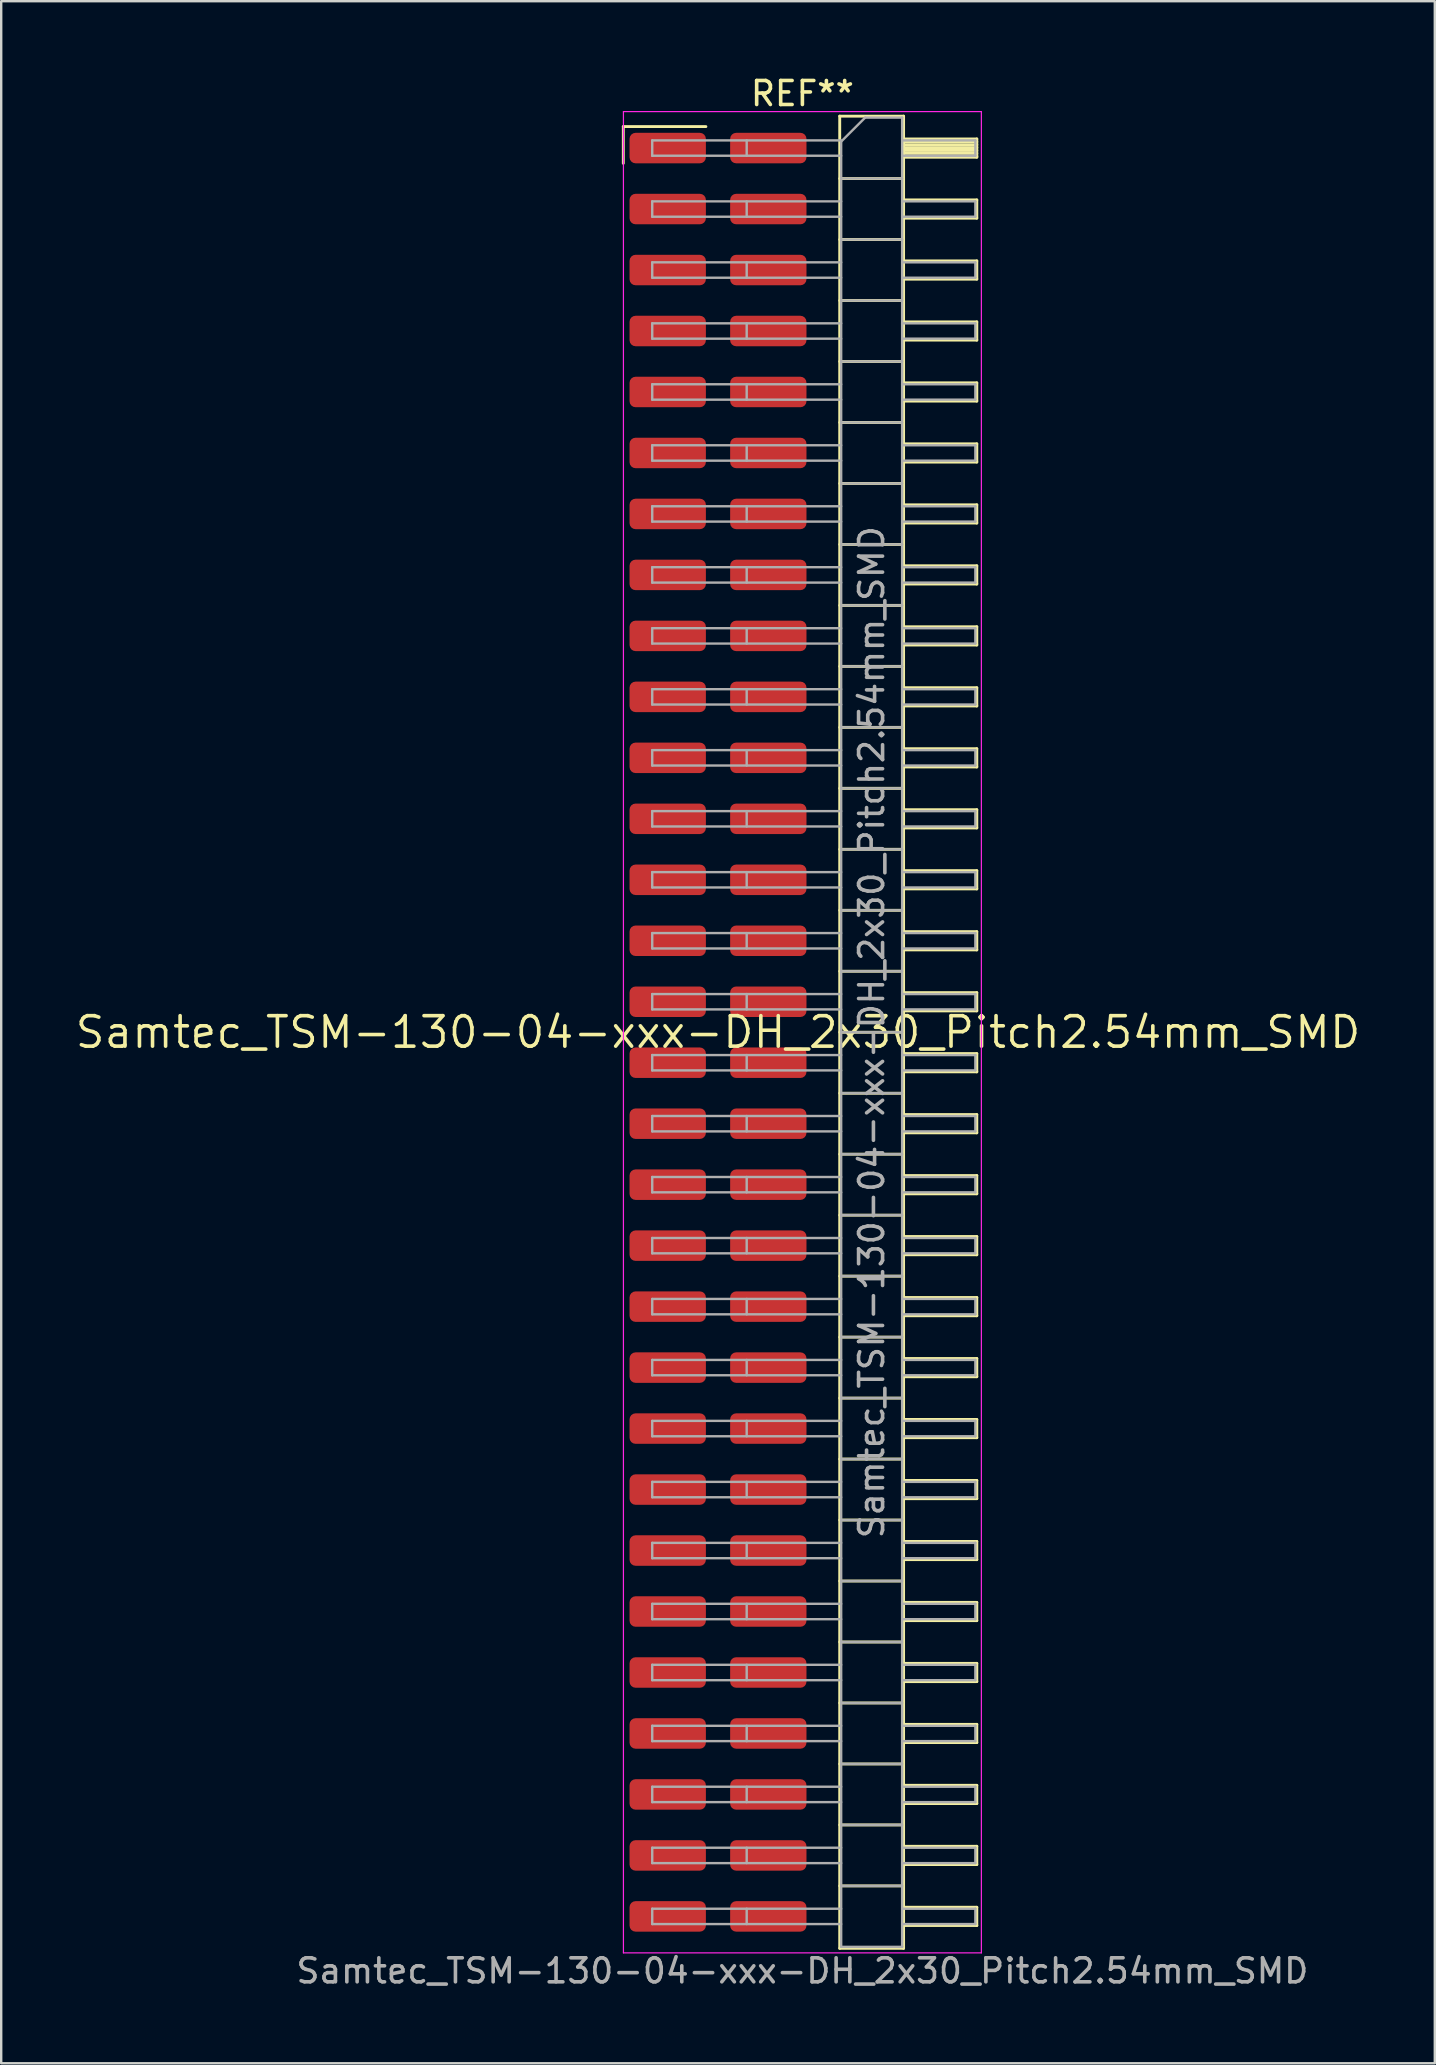
<source format=kicad_pcb>
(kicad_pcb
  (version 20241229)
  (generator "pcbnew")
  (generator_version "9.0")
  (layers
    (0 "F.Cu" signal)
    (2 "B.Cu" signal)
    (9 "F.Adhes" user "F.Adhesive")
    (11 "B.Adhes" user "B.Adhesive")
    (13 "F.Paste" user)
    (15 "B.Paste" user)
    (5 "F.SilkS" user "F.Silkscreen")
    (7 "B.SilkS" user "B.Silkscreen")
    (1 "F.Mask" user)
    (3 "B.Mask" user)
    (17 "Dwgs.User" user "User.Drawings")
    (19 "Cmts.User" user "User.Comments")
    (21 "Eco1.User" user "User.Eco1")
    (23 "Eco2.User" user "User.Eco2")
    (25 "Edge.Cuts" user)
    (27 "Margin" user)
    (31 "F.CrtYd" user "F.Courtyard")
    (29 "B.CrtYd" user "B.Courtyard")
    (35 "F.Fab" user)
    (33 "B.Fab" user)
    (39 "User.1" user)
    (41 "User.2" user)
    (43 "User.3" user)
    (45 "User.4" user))
  (footprint "Samtec_TSM-130-04-xxx-DH_2x30_Pitch2.54mm_SMD"
    (layer "F.Cu")
    (at 26.859 39.948)
    (property "Reference" "Samtec_TSM-130-04-xxx-DH_2x30_Pitch2.54mm_SMD" (at 0 0 0) (layer "F.SilkS") (effects (font (size 1.27 1.27) (thickness 0.15))))
    (attr smd)
    (fp_line (start -3.945 -37.725) (end -0.505 -37.725) (stroke (width 0.12) (type solid)) (layer "F.SilkS"))
    (fp_line (start -3.945 -36.195) (end -3.945 -37.725) (stroke (width 0.12) (type solid)) (layer "F.SilkS"))
    (fp_line (start 5.07 -38.16) (end 7.73 -38.16) (stroke (width 0.12) (type solid)) (layer "F.SilkS"))
    (fp_line (start 5.07 -35.56) (end 7.73 -35.56) (stroke (width 0.12) (type solid)) (layer "F.SilkS"))
    (fp_line (start 5.07 -33.02) (end 7.73 -33.02) (stroke (width 0.12) (type solid)) (layer "F.SilkS"))
    (fp_line (start 5.07 -30.48) (end 7.73 -30.48) (stroke (width 0.12) (type solid)) (layer "F.SilkS"))
    (fp_line (start 5.07 -27.94) (end 7.73 -27.94) (stroke (width 0.12) (type solid)) (layer "F.SilkS"))
    (fp_line (start 5.07 -25.4) (end 7.73 -25.4) (stroke (width 0.12) (type solid)) (layer "F.SilkS"))
    (fp_line (start 5.07 -22.86) (end 7.73 -22.86) (stroke (width 0.12) (type solid)) (layer "F.SilkS"))
    (fp_line (start 5.07 -20.32) (end 7.73 -20.32) (stroke (width 0.12) (type solid)) (layer "F.SilkS"))
    (fp_line (start 5.07 -17.78) (end 7.73 -17.78) (stroke (width 0.12) (type solid)) (layer "F.SilkS"))
    (fp_line (start 5.07 -15.24) (end 7.73 -15.24) (stroke (width 0.12) (type solid)) (layer "F.SilkS"))
    (fp_line (start 5.07 -12.7) (end 7.73 -12.7) (stroke (width 0.12) (type solid)) (layer "F.SilkS"))
    (fp_line (start 5.07 -10.16) (end 7.73 -10.16) (stroke (width 0.12) (type solid)) (layer "F.SilkS"))
    (fp_line (start 5.07 -7.62) (end 7.73 -7.62) (stroke (width 0.12) (type solid)) (layer "F.SilkS"))
    (fp_line (start 5.07 -5.08) (end 7.73 -5.08) (stroke (width 0.12) (type solid)) (layer "F.SilkS"))
    (fp_line (start 5.07 -2.54) (end 7.73 -2.54) (stroke (width 0.12) (type solid)) (layer "F.SilkS"))
    (fp_line (start 5.07 0) (end 7.73 0) (stroke (width 0.12) (type solid)) (layer "F.SilkS"))
    (fp_line (start 5.07 2.54) (end 7.73 2.54) (stroke (width 0.12) (type solid)) (layer "F.SilkS"))
    (fp_line (start 5.07 5.08) (end 7.73 5.08) (stroke (width 0.12) (type solid)) (layer "F.SilkS"))
    (fp_line (start 5.07 7.62) (end 7.73 7.62) (stroke (width 0.12) (type solid)) (layer "F.SilkS"))
    (fp_line (start 5.07 10.16) (end 7.73 10.16) (stroke (width 0.12) (type solid)) (layer "F.SilkS"))
    (fp_line (start 5.07 12.7) (end 7.73 12.7) (stroke (width 0.12) (type solid)) (layer "F.SilkS"))
    (fp_line (start 5.07 15.24) (end 7.73 15.24) (stroke (width 0.12) (type solid)) (layer "F.SilkS"))
    (fp_line (start 5.07 17.78) (end 7.73 17.78) (stroke (width 0.12) (type solid)) (layer "F.SilkS"))
    (fp_line (start 5.07 20.32) (end 7.73 20.32) (stroke (width 0.12) (type solid)) (layer "F.SilkS"))
    (fp_line (start 5.07 22.86) (end 7.73 22.86) (stroke (width 0.12) (type solid)) (layer "F.SilkS"))
    (fp_line (start 5.07 25.4) (end 7.73 25.4) (stroke (width 0.12) (type solid)) (layer "F.SilkS"))
    (fp_line (start 5.07 27.94) (end 7.73 27.94) (stroke (width 0.12) (type solid)) (layer "F.SilkS"))
    (fp_line (start 5.07 30.48) (end 7.73 30.48) (stroke (width 0.12) (type solid)) (layer "F.SilkS"))
    (fp_line (start 5.07 33.02) (end 7.73 33.02) (stroke (width 0.12) (type solid)) (layer "F.SilkS"))
    (fp_line (start 5.07 35.56) (end 7.73 35.56) (stroke (width 0.12) (type solid)) (layer "F.SilkS"))
    (fp_line (start 5.07 38.16) (end 5.07 -38.16) (stroke (width 0.12) (type solid)) (layer "F.SilkS"))
    (fp_line (start 7.73 -38.16) (end 7.73 38.16) (stroke (width 0.12) (type solid)) (layer "F.SilkS"))
    (fp_line (start 7.73 -37.21) (end 10.78 -37.21) (stroke (width 0.12) (type solid)) (layer "F.SilkS"))
    (fp_line (start 7.73 -37.09) (end 10.78 -37.09) (stroke (width 0.12) (type solid)) (layer "F.SilkS"))
    (fp_line (start 7.73 -36.97) (end 10.78 -36.97) (stroke (width 0.12) (type solid)) (layer "F.SilkS"))
    (fp_line (start 7.73 -36.85) (end 10.78 -36.85) (stroke (width 0.12) (type solid)) (layer "F.SilkS"))
    (fp_line (start 7.73 -36.73) (end 10.78 -36.73) (stroke (width 0.12) (type solid)) (layer "F.SilkS"))
    (fp_line (start 7.73 -36.61) (end 10.78 -36.61) (stroke (width 0.12) (type solid)) (layer "F.SilkS"))
    (fp_line (start 7.73 -36.49) (end 10.78 -36.49) (stroke (width 0.12) (type solid)) (layer "F.SilkS"))
    (fp_line (start 7.73 -36.45) (end 10.78 -36.45) (stroke (width 0.12) (type solid)) (layer "F.SilkS"))
    (fp_line (start 7.73 -34.67) (end 10.78 -34.67) (stroke (width 0.12) (type solid)) (layer "F.SilkS"))
    (fp_line (start 7.73 -33.91) (end 10.78 -33.91) (stroke (width 0.12) (type solid)) (layer "F.SilkS"))
    (fp_line (start 7.73 -32.13) (end 10.78 -32.13) (stroke (width 0.12) (type solid)) (layer "F.SilkS"))
    (fp_line (start 7.73 -31.37) (end 10.78 -31.37) (stroke (width 0.12) (type solid)) (layer "F.SilkS"))
    (fp_line (start 7.73 -29.59) (end 10.78 -29.59) (stroke (width 0.12) (type solid)) (layer "F.SilkS"))
    (fp_line (start 7.73 -28.83) (end 10.78 -28.83) (stroke (width 0.12) (type solid)) (layer "F.SilkS"))
    (fp_line (start 7.73 -27.05) (end 10.78 -27.05) (stroke (width 0.12) (type solid)) (layer "F.SilkS"))
    (fp_line (start 7.73 -26.29) (end 10.78 -26.29) (stroke (width 0.12) (type solid)) (layer "F.SilkS"))
    (fp_line (start 7.73 -24.51) (end 10.78 -24.51) (stroke (width 0.12) (type solid)) (layer "F.SilkS"))
    (fp_line (start 7.73 -23.75) (end 10.78 -23.75) (stroke (width 0.12) (type solid)) (layer "F.SilkS"))
    (fp_line (start 7.73 -21.97) (end 10.78 -21.97) (stroke (width 0.12) (type solid)) (layer "F.SilkS"))
    (fp_line (start 7.73 -21.21) (end 10.78 -21.21) (stroke (width 0.12) (type solid)) (layer "F.SilkS"))
    (fp_line (start 7.73 -19.43) (end 10.78 -19.43) (stroke (width 0.12) (type solid)) (layer "F.SilkS"))
    (fp_line (start 7.73 -18.67) (end 10.78 -18.67) (stroke (width 0.12) (type solid)) (layer "F.SilkS"))
    (fp_line (start 7.73 -16.89) (end 10.78 -16.89) (stroke (width 0.12) (type solid)) (layer "F.SilkS"))
    (fp_line (start 7.73 -16.13) (end 10.78 -16.13) (stroke (width 0.12) (type solid)) (layer "F.SilkS"))
    (fp_line (start 7.73 -14.35) (end 10.78 -14.35) (stroke (width 0.12) (type solid)) (layer "F.SilkS"))
    (fp_line (start 7.73 -13.59) (end 10.78 -13.59) (stroke (width 0.12) (type solid)) (layer "F.SilkS"))
    (fp_line (start 7.73 -11.81) (end 10.78 -11.81) (stroke (width 0.12) (type solid)) (layer "F.SilkS"))
    (fp_line (start 7.73 -11.05) (end 10.78 -11.05) (stroke (width 0.12) (type solid)) (layer "F.SilkS"))
    (fp_line (start 7.73 -9.27) (end 10.78 -9.27) (stroke (width 0.12) (type solid)) (layer "F.SilkS"))
    (fp_line (start 7.73 -8.51) (end 10.78 -8.51) (stroke (width 0.12) (type solid)) (layer "F.SilkS"))
    (fp_line (start 7.73 -6.73) (end 10.78 -6.73) (stroke (width 0.12) (type solid)) (layer "F.SilkS"))
    (fp_line (start 7.73 -5.97) (end 10.78 -5.97) (stroke (width 0.12) (type solid)) (layer "F.SilkS"))
    (fp_line (start 7.73 -4.19) (end 10.78 -4.19) (stroke (width 0.12) (type solid)) (layer "F.SilkS"))
    (fp_line (start 7.73 -3.43) (end 10.78 -3.43) (stroke (width 0.12) (type solid)) (layer "F.SilkS"))
    (fp_line (start 7.73 -1.65) (end 10.78 -1.65) (stroke (width 0.12) (type solid)) (layer "F.SilkS"))
    (fp_line (start 7.73 -0.89) (end 10.78 -0.89) (stroke (width 0.12) (type solid)) (layer "F.SilkS"))
    (fp_line (start 7.73 0.89) (end 10.78 0.89) (stroke (width 0.12) (type solid)) (layer "F.SilkS"))
    (fp_line (start 7.73 1.65) (end 10.78 1.65) (stroke (width 0.12) (type solid)) (layer "F.SilkS"))
    (fp_line (start 7.73 3.43) (end 10.78 3.43) (stroke (width 0.12) (type solid)) (layer "F.SilkS"))
    (fp_line (start 7.73 4.19) (end 10.78 4.19) (stroke (width 0.12) (type solid)) (layer "F.SilkS"))
    (fp_line (start 7.73 5.97) (end 10.78 5.97) (stroke (width 0.12) (type solid)) (layer "F.SilkS"))
    (fp_line (start 7.73 6.73) (end 10.78 6.73) (stroke (width 0.12) (type solid)) (layer "F.SilkS"))
    (fp_line (start 7.73 8.51) (end 10.78 8.51) (stroke (width 0.12) (type solid)) (layer "F.SilkS"))
    (fp_line (start 7.73 9.27) (end 10.78 9.27) (stroke (width 0.12) (type solid)) (layer "F.SilkS"))
    (fp_line (start 7.73 11.05) (end 10.78 11.05) (stroke (width 0.12) (type solid)) (layer "F.SilkS"))
    (fp_line (start 7.73 11.81) (end 10.78 11.81) (stroke (width 0.12) (type solid)) (layer "F.SilkS"))
    (fp_line (start 7.73 13.59) (end 10.78 13.59) (stroke (width 0.12) (type solid)) (layer "F.SilkS"))
    (fp_line (start 7.73 14.35) (end 10.78 14.35) (stroke (width 0.12) (type solid)) (layer "F.SilkS"))
    (fp_line (start 7.73 16.13) (end 10.78 16.13) (stroke (width 0.12) (type solid)) (layer "F.SilkS"))
    (fp_line (start 7.73 16.89) (end 10.78 16.89) (stroke (width 0.12) (type solid)) (layer "F.SilkS"))
    (fp_line (start 7.73 18.67) (end 10.78 18.67) (stroke (width 0.12) (type solid)) (layer "F.SilkS"))
    (fp_line (start 7.73 19.43) (end 10.78 19.43) (stroke (width 0.12) (type solid)) (layer "F.SilkS"))
    (fp_line (start 7.73 21.21) (end 10.78 21.21) (stroke (width 0.12) (type solid)) (layer "F.SilkS"))
    (fp_line (start 7.73 21.97) (end 10.78 21.97) (stroke (width 0.12) (type solid)) (layer "F.SilkS"))
    (fp_line (start 7.73 23.75) (end 10.78 23.75) (stroke (width 0.12) (type solid)) (layer "F.SilkS"))
    (fp_line (start 7.73 24.51) (end 10.78 24.51) (stroke (width 0.12) (type solid)) (layer "F.SilkS"))
    (fp_line (start 7.73 26.29) (end 10.78 26.29) (stroke (width 0.12) (type solid)) (layer "F.SilkS"))
    (fp_line (start 7.73 27.05) (end 10.78 27.05) (stroke (width 0.12) (type solid)) (layer "F.SilkS"))
    (fp_line (start 7.73 28.83) (end 10.78 28.83) (stroke (width 0.12) (type solid)) (layer "F.SilkS"))
    (fp_line (start 7.73 29.59) (end 10.78 29.59) (stroke (width 0.12) (type solid)) (layer "F.SilkS"))
    (fp_line (start 7.73 31.37) (end 10.78 31.37) (stroke (width 0.12) (type solid)) (layer "F.SilkS"))
    (fp_line (start 7.73 32.13) (end 10.78 32.13) (stroke (width 0.12) (type solid)) (layer "F.SilkS"))
    (fp_line (start 7.73 33.91) (end 10.78 33.91) (stroke (width 0.12) (type solid)) (layer "F.SilkS"))
    (fp_line (start 7.73 34.67) (end 10.78 34.67) (stroke (width 0.12) (type solid)) (layer "F.SilkS"))
    (fp_line (start 7.73 36.45) (end 10.78 36.45) (stroke (width 0.12) (type solid)) (layer "F.SilkS"))
    (fp_line (start 7.73 37.21) (end 10.78 37.21) (stroke (width 0.12) (type solid)) (layer "F.SilkS"))
    (fp_line (start 7.73 38.16) (end 5.07 38.16) (stroke (width 0.12) (type solid)) (layer "F.SilkS"))
    (fp_line (start 10.78 -37.21) (end 10.78 -36.45) (stroke (width 0.12) (type solid)) (layer "F.SilkS"))
    (fp_line (start 10.78 -34.67) (end 10.78 -33.91) (stroke (width 0.12) (type solid)) (layer "F.SilkS"))
    (fp_line (start 10.78 -32.13) (end 10.78 -31.37) (stroke (width 0.12) (type solid)) (layer "F.SilkS"))
    (fp_line (start 10.78 -29.59) (end 10.78 -28.83) (stroke (width 0.12) (type solid)) (layer "F.SilkS"))
    (fp_line (start 10.78 -27.05) (end 10.78 -26.29) (stroke (width 0.12) (type solid)) (layer "F.SilkS"))
    (fp_line (start 10.78 -24.51) (end 10.78 -23.75) (stroke (width 0.12) (type solid)) (layer "F.SilkS"))
    (fp_line (start 10.78 -21.97) (end 10.78 -21.21) (stroke (width 0.12) (type solid)) (layer "F.SilkS"))
    (fp_line (start 10.78 -19.43) (end 10.78 -18.67) (stroke (width 0.12) (type solid)) (layer "F.SilkS"))
    (fp_line (start 10.78 -16.89) (end 10.78 -16.13) (stroke (width 0.12) (type solid)) (layer "F.SilkS"))
    (fp_line (start 10.78 -14.35) (end 10.78 -13.59) (stroke (width 0.12) (type solid)) (layer "F.SilkS"))
    (fp_line (start 10.78 -11.81) (end 10.78 -11.05) (stroke (width 0.12) (type solid)) (layer "F.SilkS"))
    (fp_line (start 10.78 -9.27) (end 10.78 -8.51) (stroke (width 0.12) (type solid)) (layer "F.SilkS"))
    (fp_line (start 10.78 -6.73) (end 10.78 -5.97) (stroke (width 0.12) (type solid)) (layer "F.SilkS"))
    (fp_line (start 10.78 -4.19) (end 10.78 -3.43) (stroke (width 0.12) (type solid)) (layer "F.SilkS"))
    (fp_line (start 10.78 -1.65) (end 10.78 -0.89) (stroke (width 0.12) (type solid)) (layer "F.SilkS"))
    (fp_line (start 10.78 0.89) (end 10.78 1.65) (stroke (width 0.12) (type solid)) (layer "F.SilkS"))
    (fp_line (start 10.78 3.43) (end 10.78 4.19) (stroke (width 0.12) (type solid)) (layer "F.SilkS"))
    (fp_line (start 10.78 5.97) (end 10.78 6.73) (stroke (width 0.12) (type solid)) (layer "F.SilkS"))
    (fp_line (start 10.78 8.51) (end 10.78 9.27) (stroke (width 0.12) (type solid)) (layer "F.SilkS"))
    (fp_line (start 10.78 11.05) (end 10.78 11.81) (stroke (width 0.12) (type solid)) (layer "F.SilkS"))
    (fp_line (start 10.78 13.59) (end 10.78 14.35) (stroke (width 0.12) (type solid)) (layer "F.SilkS"))
    (fp_line (start 10.78 16.13) (end 10.78 16.89) (stroke (width 0.12) (type solid)) (layer "F.SilkS"))
    (fp_line (start 10.78 18.67) (end 10.78 19.43) (stroke (width 0.12) (type solid)) (layer "F.SilkS"))
    (fp_line (start 10.78 21.21) (end 10.78 21.97) (stroke (width 0.12) (type solid)) (layer "F.SilkS"))
    (fp_line (start 10.78 23.75) (end 10.78 24.51) (stroke (width 0.12) (type solid)) (layer "F.SilkS"))
    (fp_line (start 10.78 26.29) (end 10.78 27.05) (stroke (width 0.12) (type solid)) (layer "F.SilkS"))
    (fp_line (start 10.78 28.83) (end 10.78 29.59) (stroke (width 0.12) (type solid)) (layer "F.SilkS"))
    (fp_line (start 10.78 31.37) (end 10.78 32.13) (stroke (width 0.12) (type solid)) (layer "F.SilkS"))
    (fp_line (start 10.78 33.91) (end 10.78 34.67) (stroke (width 0.12) (type solid)) (layer "F.SilkS"))
    (fp_line (start 10.78 36.45) (end 10.78 37.21) (stroke (width 0.12) (type solid)) (layer "F.SilkS"))
    (fp_line (start -3.94 -38.35) (end 10.97 -38.35) (stroke (width 0.05) (type solid)) (layer "F.CrtYd"))
    (fp_line (start -3.94 38.35) (end -3.94 -38.35) (stroke (width 0.05) (type solid)) (layer "F.CrtYd"))
    (fp_line (start 10.97 -38.35) (end 10.97 38.35) (stroke (width 0.05) (type solid)) (layer "F.CrtYd"))
    (fp_line (start 10.97 38.35) (end -3.94 38.35) (stroke (width 0.05) (type solid)) (layer "F.CrtYd"))
    (fp_line (start -2.74 -37.15) (end -2.74 -36.51) (stroke (width 0.1) (type solid)) (layer "F.Fab"))
    (fp_line (start -2.74 -37.15) (end 5.13 -37.15) (stroke (width 0.1) (type solid)) (layer "F.Fab"))
    (fp_line (start -2.74 -36.51) (end 5.13 -36.51) (stroke (width 0.1) (type solid)) (layer "F.Fab"))
    (fp_line (start -2.74 -34.61) (end -2.74 -33.97) (stroke (width 0.1) (type solid)) (layer "F.Fab"))
    (fp_line (start -2.74 -34.61) (end 5.13 -34.61) (stroke (width 0.1) (type solid)) (layer "F.Fab"))
    (fp_line (start -2.74 -33.97) (end 5.13 -33.97) (stroke (width 0.1) (type solid)) (layer "F.Fab"))
    (fp_line (start -2.74 -32.07) (end -2.74 -31.43) (stroke (width 0.1) (type solid)) (layer "F.Fab"))
    (fp_line (start -2.74 -32.07) (end 5.13 -32.07) (stroke (width 0.1) (type solid)) (layer "F.Fab"))
    (fp_line (start -2.74 -31.43) (end 5.13 -31.43) (stroke (width 0.1) (type solid)) (layer "F.Fab"))
    (fp_line (start -2.74 -29.53) (end -2.74 -28.89) (stroke (width 0.1) (type solid)) (layer "F.Fab"))
    (fp_line (start -2.74 -29.53) (end 5.13 -29.53) (stroke (width 0.1) (type solid)) (layer "F.Fab"))
    (fp_line (start -2.74 -28.89) (end 5.13 -28.89) (stroke (width 0.1) (type solid)) (layer "F.Fab"))
    (fp_line (start -2.74 -26.99) (end -2.74 -26.35) (stroke (width 0.1) (type solid)) (layer "F.Fab"))
    (fp_line (start -2.74 -26.99) (end 5.13 -26.99) (stroke (width 0.1) (type solid)) (layer "F.Fab"))
    (fp_line (start -2.74 -26.35) (end 5.13 -26.35) (stroke (width 0.1) (type solid)) (layer "F.Fab"))
    (fp_line (start -2.74 -24.45) (end -2.74 -23.81) (stroke (width 0.1) (type solid)) (layer "F.Fab"))
    (fp_line (start -2.74 -24.45) (end 5.13 -24.45) (stroke (width 0.1) (type solid)) (layer "F.Fab"))
    (fp_line (start -2.74 -23.81) (end 5.13 -23.81) (stroke (width 0.1) (type solid)) (layer "F.Fab"))
    (fp_line (start -2.74 -21.91) (end -2.74 -21.27) (stroke (width 0.1) (type solid)) (layer "F.Fab"))
    (fp_line (start -2.74 -21.91) (end 5.13 -21.91) (stroke (width 0.1) (type solid)) (layer "F.Fab"))
    (fp_line (start -2.74 -21.27) (end 5.13 -21.27) (stroke (width 0.1) (type solid)) (layer "F.Fab"))
    (fp_line (start -2.74 -19.37) (end -2.74 -18.73) (stroke (width 0.1) (type solid)) (layer "F.Fab"))
    (fp_line (start -2.74 -19.37) (end 5.13 -19.37) (stroke (width 0.1) (type solid)) (layer "F.Fab"))
    (fp_line (start -2.74 -18.73) (end 5.13 -18.73) (stroke (width 0.1) (type solid)) (layer "F.Fab"))
    (fp_line (start -2.74 -16.83) (end -2.74 -16.19) (stroke (width 0.1) (type solid)) (layer "F.Fab"))
    (fp_line (start -2.74 -16.83) (end 5.13 -16.83) (stroke (width 0.1) (type solid)) (layer "F.Fab"))
    (fp_line (start -2.74 -16.19) (end 5.13 -16.19) (stroke (width 0.1) (type solid)) (layer "F.Fab"))
    (fp_line (start -2.74 -14.29) (end -2.74 -13.65) (stroke (width 0.1) (type solid)) (layer "F.Fab"))
    (fp_line (start -2.74 -14.29) (end 5.13 -14.29) (stroke (width 0.1) (type solid)) (layer "F.Fab"))
    (fp_line (start -2.74 -13.65) (end 5.13 -13.65) (stroke (width 0.1) (type solid)) (layer "F.Fab"))
    (fp_line (start -2.74 -11.75) (end -2.74 -11.11) (stroke (width 0.1) (type solid)) (layer "F.Fab"))
    (fp_line (start -2.74 -11.75) (end 5.13 -11.75) (stroke (width 0.1) (type solid)) (layer "F.Fab"))
    (fp_line (start -2.74 -11.11) (end 5.13 -11.11) (stroke (width 0.1) (type solid)) (layer "F.Fab"))
    (fp_line (start -2.74 -9.21) (end -2.74 -8.57) (stroke (width 0.1) (type solid)) (layer "F.Fab"))
    (fp_line (start -2.74 -9.21) (end 5.13 -9.21) (stroke (width 0.1) (type solid)) (layer "F.Fab"))
    (fp_line (start -2.74 -8.57) (end 5.13 -8.57) (stroke (width 0.1) (type solid)) (layer "F.Fab"))
    (fp_line (start -2.74 -6.67) (end -2.74 -6.03) (stroke (width 0.1) (type solid)) (layer "F.Fab"))
    (fp_line (start -2.74 -6.67) (end 5.13 -6.67) (stroke (width 0.1) (type solid)) (layer "F.Fab"))
    (fp_line (start -2.74 -6.03) (end 5.13 -6.03) (stroke (width 0.1) (type solid)) (layer "F.Fab"))
    (fp_line (start -2.74 -4.13) (end -2.74 -3.49) (stroke (width 0.1) (type solid)) (layer "F.Fab"))
    (fp_line (start -2.74 -4.13) (end 5.13 -4.13) (stroke (width 0.1) (type solid)) (layer "F.Fab"))
    (fp_line (start -2.74 -3.49) (end 5.13 -3.49) (stroke (width 0.1) (type solid)) (layer "F.Fab"))
    (fp_line (start -2.74 -1.59) (end -2.74 -0.95) (stroke (width 0.1) (type solid)) (layer "F.Fab"))
    (fp_line (start -2.74 -1.59) (end 5.13 -1.59) (stroke (width 0.1) (type solid)) (layer "F.Fab"))
    (fp_line (start -2.74 -0.95) (end 5.13 -0.95) (stroke (width 0.1) (type solid)) (layer "F.Fab"))
    (fp_line (start -2.74 0.95) (end -2.74 1.59) (stroke (width 0.1) (type solid)) (layer "F.Fab"))
    (fp_line (start -2.74 0.95) (end 5.13 0.95) (stroke (width 0.1) (type solid)) (layer "F.Fab"))
    (fp_line (start -2.74 1.59) (end 5.13 1.59) (stroke (width 0.1) (type solid)) (layer "F.Fab"))
    (fp_line (start -2.74 3.49) (end -2.74 4.13) (stroke (width 0.1) (type solid)) (layer "F.Fab"))
    (fp_line (start -2.74 3.49) (end 5.13 3.49) (stroke (width 0.1) (type solid)) (layer "F.Fab"))
    (fp_line (start -2.74 4.13) (end 5.13 4.13) (stroke (width 0.1) (type solid)) (layer "F.Fab"))
    (fp_line (start -2.74 6.03) (end -2.74 6.67) (stroke (width 0.1) (type solid)) (layer "F.Fab"))
    (fp_line (start -2.74 6.03) (end 5.13 6.03) (stroke (width 0.1) (type solid)) (layer "F.Fab"))
    (fp_line (start -2.74 6.67) (end 5.13 6.67) (stroke (width 0.1) (type solid)) (layer "F.Fab"))
    (fp_line (start -2.74 8.57) (end -2.74 9.21) (stroke (width 0.1) (type solid)) (layer "F.Fab"))
    (fp_line (start -2.74 8.57) (end 5.13 8.57) (stroke (width 0.1) (type solid)) (layer "F.Fab"))
    (fp_line (start -2.74 9.21) (end 5.13 9.21) (stroke (width 0.1) (type solid)) (layer "F.Fab"))
    (fp_line (start -2.74 11.11) (end -2.74 11.75) (stroke (width 0.1) (type solid)) (layer "F.Fab"))
    (fp_line (start -2.74 11.11) (end 5.13 11.11) (stroke (width 0.1) (type solid)) (layer "F.Fab"))
    (fp_line (start -2.74 11.75) (end 5.13 11.75) (stroke (width 0.1) (type solid)) (layer "F.Fab"))
    (fp_line (start -2.74 13.65) (end -2.74 14.29) (stroke (width 0.1) (type solid)) (layer "F.Fab"))
    (fp_line (start -2.74 13.65) (end 5.13 13.65) (stroke (width 0.1) (type solid)) (layer "F.Fab"))
    (fp_line (start -2.74 14.29) (end 5.13 14.29) (stroke (width 0.1) (type solid)) (layer "F.Fab"))
    (fp_line (start -2.74 16.19) (end -2.74 16.83) (stroke (width 0.1) (type solid)) (layer "F.Fab"))
    (fp_line (start -2.74 16.19) (end 5.13 16.19) (stroke (width 0.1) (type solid)) (layer "F.Fab"))
    (fp_line (start -2.74 16.83) (end 5.13 16.83) (stroke (width 0.1) (type solid)) (layer "F.Fab"))
    (fp_line (start -2.74 18.73) (end -2.74 19.37) (stroke (width 0.1) (type solid)) (layer "F.Fab"))
    (fp_line (start -2.74 18.73) (end 5.13 18.73) (stroke (width 0.1) (type solid)) (layer "F.Fab"))
    (fp_line (start -2.74 19.37) (end 5.13 19.37) (stroke (width 0.1) (type solid)) (layer "F.Fab"))
    (fp_line (start -2.74 21.27) (end -2.74 21.91) (stroke (width 0.1) (type solid)) (layer "F.Fab"))
    (fp_line (start -2.74 21.27) (end 5.13 21.27) (stroke (width 0.1) (type solid)) (layer "F.Fab"))
    (fp_line (start -2.74 21.91) (end 5.13 21.91) (stroke (width 0.1) (type solid)) (layer "F.Fab"))
    (fp_line (start -2.74 23.81) (end -2.74 24.45) (stroke (width 0.1) (type solid)) (layer "F.Fab"))
    (fp_line (start -2.74 23.81) (end 5.13 23.81) (stroke (width 0.1) (type solid)) (layer "F.Fab"))
    (fp_line (start -2.74 24.45) (end 5.13 24.45) (stroke (width 0.1) (type solid)) (layer "F.Fab"))
    (fp_line (start -2.74 26.35) (end -2.74 26.99) (stroke (width 0.1) (type solid)) (layer "F.Fab"))
    (fp_line (start -2.74 26.35) (end 5.13 26.35) (stroke (width 0.1) (type solid)) (layer "F.Fab"))
    (fp_line (start -2.74 26.99) (end 5.13 26.99) (stroke (width 0.1) (type solid)) (layer "F.Fab"))
    (fp_line (start -2.74 28.89) (end -2.74 29.53) (stroke (width 0.1) (type solid)) (layer "F.Fab"))
    (fp_line (start -2.74 28.89) (end 5.13 28.89) (stroke (width 0.1) (type solid)) (layer "F.Fab"))
    (fp_line (start -2.74 29.53) (end 5.13 29.53) (stroke (width 0.1) (type solid)) (layer "F.Fab"))
    (fp_line (start -2.74 31.43) (end -2.74 32.07) (stroke (width 0.1) (type solid)) (layer "F.Fab"))
    (fp_line (start -2.74 31.43) (end 5.13 31.43) (stroke (width 0.1) (type solid)) (layer "F.Fab"))
    (fp_line (start -2.74 32.07) (end 5.13 32.07) (stroke (width 0.1) (type solid)) (layer "F.Fab"))
    (fp_line (start -2.74 33.97) (end -2.74 34.61) (stroke (width 0.1) (type solid)) (layer "F.Fab"))
    (fp_line (start -2.74 33.97) (end 5.13 33.97) (stroke (width 0.1) (type solid)) (layer "F.Fab"))
    (fp_line (start -2.74 34.61) (end 5.13 34.61) (stroke (width 0.1) (type solid)) (layer "F.Fab"))
    (fp_line (start -2.74 36.51) (end -2.74 37.15) (stroke (width 0.1) (type solid)) (layer "F.Fab"))
    (fp_line (start -2.74 36.51) (end 5.13 36.51) (stroke (width 0.1) (type solid)) (layer "F.Fab"))
    (fp_line (start -2.74 37.15) (end 5.13 37.15) (stroke (width 0.1) (type solid)) (layer "F.Fab"))
    (fp_line (start 1.195 -37.15) (end 1.195 -36.51) (stroke (width 0.1) (type solid)) (layer "F.Fab"))
    (fp_line (start 1.195 -34.61) (end 1.195 -33.97) (stroke (width 0.1) (type solid)) (layer "F.Fab"))
    (fp_line (start 1.195 -32.07) (end 1.195 -31.43) (stroke (width 0.1) (type solid)) (layer "F.Fab"))
    (fp_line (start 1.195 -29.53) (end 1.195 -28.89) (stroke (width 0.1) (type solid)) (layer "F.Fab"))
    (fp_line (start 1.195 -26.99) (end 1.195 -26.35) (stroke (width 0.1) (type solid)) (layer "F.Fab"))
    (fp_line (start 1.195 -24.45) (end 1.195 -23.81) (stroke (width 0.1) (type solid)) (layer "F.Fab"))
    (fp_line (start 1.195 -21.91) (end 1.195 -21.27) (stroke (width 0.1) (type solid)) (layer "F.Fab"))
    (fp_line (start 1.195 -19.37) (end 1.195 -18.73) (stroke (width 0.1) (type solid)) (layer "F.Fab"))
    (fp_line (start 1.195 -16.83) (end 1.195 -16.19) (stroke (width 0.1) (type solid)) (layer "F.Fab"))
    (fp_line (start 1.195 -14.29) (end 1.195 -13.65) (stroke (width 0.1) (type solid)) (layer "F.Fab"))
    (fp_line (start 1.195 -11.75) (end 1.195 -11.11) (stroke (width 0.1) (type solid)) (layer "F.Fab"))
    (fp_line (start 1.195 -9.21) (end 1.195 -8.57) (stroke (width 0.1) (type solid)) (layer "F.Fab"))
    (fp_line (start 1.195 -6.67) (end 1.195 -6.03) (stroke (width 0.1) (type solid)) (layer "F.Fab"))
    (fp_line (start 1.195 -4.13) (end 1.195 -3.49) (stroke (width 0.1) (type solid)) (layer "F.Fab"))
    (fp_line (start 1.195 -1.59) (end 1.195 -0.95) (stroke (width 0.1) (type solid)) (layer "F.Fab"))
    (fp_line (start 1.195 0.95) (end 1.195 1.59) (stroke (width 0.1) (type solid)) (layer "F.Fab"))
    (fp_line (start 1.195 3.49) (end 1.195 4.13) (stroke (width 0.1) (type solid)) (layer "F.Fab"))
    (fp_line (start 1.195 6.03) (end 1.195 6.67) (stroke (width 0.1) (type solid)) (layer "F.Fab"))
    (fp_line (start 1.195 8.57) (end 1.195 9.21) (stroke (width 0.1) (type solid)) (layer "F.Fab"))
    (fp_line (start 1.195 11.11) (end 1.195 11.75) (stroke (width 0.1) (type solid)) (layer "F.Fab"))
    (fp_line (start 1.195 13.65) (end 1.195 14.29) (stroke (width 0.1) (type solid)) (layer "F.Fab"))
    (fp_line (start 1.195 16.19) (end 1.195 16.83) (stroke (width 0.1) (type solid)) (layer "F.Fab"))
    (fp_line (start 1.195 18.73) (end 1.195 19.37) (stroke (width 0.1) (type solid)) (layer "F.Fab"))
    (fp_line (start 1.195 21.27) (end 1.195 21.91) (stroke (width 0.1) (type solid)) (layer "F.Fab"))
    (fp_line (start 1.195 23.81) (end 1.195 24.45) (stroke (width 0.1) (type solid)) (layer "F.Fab"))
    (fp_line (start 1.195 26.35) (end 1.195 26.99) (stroke (width 0.1) (type solid)) (layer "F.Fab"))
    (fp_line (start 1.195 28.89) (end 1.195 29.53) (stroke (width 0.1) (type solid)) (layer "F.Fab"))
    (fp_line (start 1.195 31.43) (end 1.195 32.07) (stroke (width 0.1) (type solid)) (layer "F.Fab"))
    (fp_line (start 1.195 33.97) (end 1.195 34.61) (stroke (width 0.1) (type solid)) (layer "F.Fab"))
    (fp_line (start 1.195 36.51) (end 1.195 37.15) (stroke (width 0.1) (type solid)) (layer "F.Fab"))
    (fp_line (start 5.13 -37.1) (end 6.13 -38.1) (stroke (width 0.1) (type solid)) (layer "F.Fab"))
    (fp_line (start 5.13 -35.56) (end 7.67 -35.56) (stroke (width 0.1) (type solid)) (layer "F.Fab"))
    (fp_line (start 5.13 -33.02) (end 7.67 -33.02) (stroke (width 0.1) (type solid)) (layer "F.Fab"))
    (fp_line (start 5.13 -30.48) (end 7.67 -30.48) (stroke (width 0.1) (type solid)) (layer "F.Fab"))
    (fp_line (start 5.13 -27.94) (end 7.67 -27.94) (stroke (width 0.1) (type solid)) (layer "F.Fab"))
    (fp_line (start 5.13 -25.4) (end 7.67 -25.4) (stroke (width 0.1) (type solid)) (layer "F.Fab"))
    (fp_line (start 5.13 -22.86) (end 7.67 -22.86) (stroke (width 0.1) (type solid)) (layer "F.Fab"))
    (fp_line (start 5.13 -20.32) (end 7.67 -20.32) (stroke (width 0.1) (type solid)) (layer "F.Fab"))
    (fp_line (start 5.13 -17.78) (end 7.67 -17.78) (stroke (width 0.1) (type solid)) (layer "F.Fab"))
    (fp_line (start 5.13 -15.24) (end 7.67 -15.24) (stroke (width 0.1) (type solid)) (layer "F.Fab"))
    (fp_line (start 5.13 -12.7) (end 7.67 -12.7) (stroke (width 0.1) (type solid)) (layer "F.Fab"))
    (fp_line (start 5.13 -10.16) (end 7.67 -10.16) (stroke (width 0.1) (type solid)) (layer "F.Fab"))
    (fp_line (start 5.13 -7.62) (end 7.67 -7.62) (stroke (width 0.1) (type solid)) (layer "F.Fab"))
    (fp_line (start 5.13 -5.08) (end 7.67 -5.08) (stroke (width 0.1) (type solid)) (layer "F.Fab"))
    (fp_line (start 5.13 -2.54) (end 7.67 -2.54) (stroke (width 0.1) (type solid)) (layer "F.Fab"))
    (fp_line (start 5.13 0) (end 7.67 0) (stroke (width 0.1) (type solid)) (layer "F.Fab"))
    (fp_line (start 5.13 2.54) (end 7.67 2.54) (stroke (width 0.1) (type solid)) (layer "F.Fab"))
    (fp_line (start 5.13 5.08) (end 7.67 5.08) (stroke (width 0.1) (type solid)) (layer "F.Fab"))
    (fp_line (start 5.13 7.62) (end 7.67 7.62) (stroke (width 0.1) (type solid)) (layer "F.Fab"))
    (fp_line (start 5.13 10.16) (end 7.67 10.16) (stroke (width 0.1) (type solid)) (layer "F.Fab"))
    (fp_line (start 5.13 12.7) (end 7.67 12.7) (stroke (width 0.1) (type solid)) (layer "F.Fab"))
    (fp_line (start 5.13 15.24) (end 7.67 15.24) (stroke (width 0.1) (type solid)) (layer "F.Fab"))
    (fp_line (start 5.13 17.78) (end 7.67 17.78) (stroke (width 0.1) (type solid)) (layer "F.Fab"))
    (fp_line (start 5.13 20.32) (end 7.67 20.32) (stroke (width 0.1) (type solid)) (layer "F.Fab"))
    (fp_line (start 5.13 22.86) (end 7.67 22.86) (stroke (width 0.1) (type solid)) (layer "F.Fab"))
    (fp_line (start 5.13 25.4) (end 7.67 25.4) (stroke (width 0.1) (type solid)) (layer "F.Fab"))
    (fp_line (start 5.13 27.94) (end 7.67 27.94) (stroke (width 0.1) (type solid)) (layer "F.Fab"))
    (fp_line (start 5.13 30.48) (end 7.67 30.48) (stroke (width 0.1) (type solid)) (layer "F.Fab"))
    (fp_line (start 5.13 33.02) (end 7.67 33.02) (stroke (width 0.1) (type solid)) (layer "F.Fab"))
    (fp_line (start 5.13 35.56) (end 7.67 35.56) (stroke (width 0.1) (type solid)) (layer "F.Fab"))
    (fp_line (start 5.13 38.1) (end 5.13 -37.1) (stroke (width 0.1) (type solid)) (layer "F.Fab"))
    (fp_line (start 6.13 -38.1) (end 7.67 -38.1) (stroke (width 0.1) (type solid)) (layer "F.Fab"))
    (fp_line (start 7.67 -38.1) (end 7.67 38.1) (stroke (width 0.1) (type solid)) (layer "F.Fab"))
    (fp_line (start 7.67 -37.15) (end 10.72 -37.15) (stroke (width 0.1) (type solid)) (layer "F.Fab"))
    (fp_line (start 7.67 -36.51) (end 10.72 -36.51) (stroke (width 0.1) (type solid)) (layer "F.Fab"))
    (fp_line (start 7.67 -34.61) (end 10.72 -34.61) (stroke (width 0.1) (type solid)) (layer "F.Fab"))
    (fp_line (start 7.67 -33.97) (end 10.72 -33.97) (stroke (width 0.1) (type solid)) (layer "F.Fab"))
    (fp_line (start 7.67 -32.07) (end 10.72 -32.07) (stroke (width 0.1) (type solid)) (layer "F.Fab"))
    (fp_line (start 7.67 -31.43) (end 10.72 -31.43) (stroke (width 0.1) (type solid)) (layer "F.Fab"))
    (fp_line (start 7.67 -29.53) (end 10.72 -29.53) (stroke (width 0.1) (type solid)) (layer "F.Fab"))
    (fp_line (start 7.67 -28.89) (end 10.72 -28.89) (stroke (width 0.1) (type solid)) (layer "F.Fab"))
    (fp_line (start 7.67 -26.99) (end 10.72 -26.99) (stroke (width 0.1) (type solid)) (layer "F.Fab"))
    (fp_line (start 7.67 -26.35) (end 10.72 -26.35) (stroke (width 0.1) (type solid)) (layer "F.Fab"))
    (fp_line (start 7.67 -24.45) (end 10.72 -24.45) (stroke (width 0.1) (type solid)) (layer "F.Fab"))
    (fp_line (start 7.67 -23.81) (end 10.72 -23.81) (stroke (width 0.1) (type solid)) (layer "F.Fab"))
    (fp_line (start 7.67 -21.91) (end 10.72 -21.91) (stroke (width 0.1) (type solid)) (layer "F.Fab"))
    (fp_line (start 7.67 -21.27) (end 10.72 -21.27) (stroke (width 0.1) (type solid)) (layer "F.Fab"))
    (fp_line (start 7.67 -19.37) (end 10.72 -19.37) (stroke (width 0.1) (type solid)) (layer "F.Fab"))
    (fp_line (start 7.67 -18.73) (end 10.72 -18.73) (stroke (width 0.1) (type solid)) (layer "F.Fab"))
    (fp_line (start 7.67 -16.83) (end 10.72 -16.83) (stroke (width 0.1) (type solid)) (layer "F.Fab"))
    (fp_line (start 7.67 -16.19) (end 10.72 -16.19) (stroke (width 0.1) (type solid)) (layer "F.Fab"))
    (fp_line (start 7.67 -14.29) (end 10.72 -14.29) (stroke (width 0.1) (type solid)) (layer "F.Fab"))
    (fp_line (start 7.67 -13.65) (end 10.72 -13.65) (stroke (width 0.1) (type solid)) (layer "F.Fab"))
    (fp_line (start 7.67 -11.75) (end 10.72 -11.75) (stroke (width 0.1) (type solid)) (layer "F.Fab"))
    (fp_line (start 7.67 -11.11) (end 10.72 -11.11) (stroke (width 0.1) (type solid)) (layer "F.Fab"))
    (fp_line (start 7.67 -9.21) (end 10.72 -9.21) (stroke (width 0.1) (type solid)) (layer "F.Fab"))
    (fp_line (start 7.67 -8.57) (end 10.72 -8.57) (stroke (width 0.1) (type solid)) (layer "F.Fab"))
    (fp_line (start 7.67 -6.67) (end 10.72 -6.67) (stroke (width 0.1) (type solid)) (layer "F.Fab"))
    (fp_line (start 7.67 -6.03) (end 10.72 -6.03) (stroke (width 0.1) (type solid)) (layer "F.Fab"))
    (fp_line (start 7.67 -4.13) (end 10.72 -4.13) (stroke (width 0.1) (type solid)) (layer "F.Fab"))
    (fp_line (start 7.67 -3.49) (end 10.72 -3.49) (stroke (width 0.1) (type solid)) (layer "F.Fab"))
    (fp_line (start 7.67 -1.59) (end 10.72 -1.59) (stroke (width 0.1) (type solid)) (layer "F.Fab"))
    (fp_line (start 7.67 -0.95) (end 10.72 -0.95) (stroke (width 0.1) (type solid)) (layer "F.Fab"))
    (fp_line (start 7.67 0.95) (end 10.72 0.95) (stroke (width 0.1) (type solid)) (layer "F.Fab"))
    (fp_line (start 7.67 1.59) (end 10.72 1.59) (stroke (width 0.1) (type solid)) (layer "F.Fab"))
    (fp_line (start 7.67 3.49) (end 10.72 3.49) (stroke (width 0.1) (type solid)) (layer "F.Fab"))
    (fp_line (start 7.67 4.13) (end 10.72 4.13) (stroke (width 0.1) (type solid)) (layer "F.Fab"))
    (fp_line (start 7.67 6.03) (end 10.72 6.03) (stroke (width 0.1) (type solid)) (layer "F.Fab"))
    (fp_line (start 7.67 6.67) (end 10.72 6.67) (stroke (width 0.1) (type solid)) (layer "F.Fab"))
    (fp_line (start 7.67 8.57) (end 10.72 8.57) (stroke (width 0.1) (type solid)) (layer "F.Fab"))
    (fp_line (start 7.67 9.21) (end 10.72 9.21) (stroke (width 0.1) (type solid)) (layer "F.Fab"))
    (fp_line (start 7.67 11.11) (end 10.72 11.11) (stroke (width 0.1) (type solid)) (layer "F.Fab"))
    (fp_line (start 7.67 11.75) (end 10.72 11.75) (stroke (width 0.1) (type solid)) (layer "F.Fab"))
    (fp_line (start 7.67 13.65) (end 10.72 13.65) (stroke (width 0.1) (type solid)) (layer "F.Fab"))
    (fp_line (start 7.67 14.29) (end 10.72 14.29) (stroke (width 0.1) (type solid)) (layer "F.Fab"))
    (fp_line (start 7.67 16.19) (end 10.72 16.19) (stroke (width 0.1) (type solid)) (layer "F.Fab"))
    (fp_line (start 7.67 16.83) (end 10.72 16.83) (stroke (width 0.1) (type solid)) (layer "F.Fab"))
    (fp_line (start 7.67 18.73) (end 10.72 18.73) (stroke (width 0.1) (type solid)) (layer "F.Fab"))
    (fp_line (start 7.67 19.37) (end 10.72 19.37) (stroke (width 0.1) (type solid)) (layer "F.Fab"))
    (fp_line (start 7.67 21.27) (end 10.72 21.27) (stroke (width 0.1) (type solid)) (layer "F.Fab"))
    (fp_line (start 7.67 21.91) (end 10.72 21.91) (stroke (width 0.1) (type solid)) (layer "F.Fab"))
    (fp_line (start 7.67 23.81) (end 10.72 23.81) (stroke (width 0.1) (type solid)) (layer "F.Fab"))
    (fp_line (start 7.67 24.45) (end 10.72 24.45) (stroke (width 0.1) (type solid)) (layer "F.Fab"))
    (fp_line (start 7.67 26.35) (end 10.72 26.35) (stroke (width 0.1) (type solid)) (layer "F.Fab"))
    (fp_line (start 7.67 26.99) (end 10.72 26.99) (stroke (width 0.1) (type solid)) (layer "F.Fab"))
    (fp_line (start 7.67 28.89) (end 10.72 28.89) (stroke (width 0.1) (type solid)) (layer "F.Fab"))
    (fp_line (start 7.67 29.53) (end 10.72 29.53) (stroke (width 0.1) (type solid)) (layer "F.Fab"))
    (fp_line (start 7.67 31.43) (end 10.72 31.43) (stroke (width 0.1) (type solid)) (layer "F.Fab"))
    (fp_line (start 7.67 32.07) (end 10.72 32.07) (stroke (width 0.1) (type solid)) (layer "F.Fab"))
    (fp_line (start 7.67 33.97) (end 10.72 33.97) (stroke (width 0.1) (type solid)) (layer "F.Fab"))
    (fp_line (start 7.67 34.61) (end 10.72 34.61) (stroke (width 0.1) (type solid)) (layer "F.Fab"))
    (fp_line (start 7.67 36.51) (end 10.72 36.51) (stroke (width 0.1) (type solid)) (layer "F.Fab"))
    (fp_line (start 7.67 37.15) (end 10.72 37.15) (stroke (width 0.1) (type solid)) (layer "F.Fab"))
    (fp_line (start 7.67 38.1) (end 5.13 38.1) (stroke (width 0.1) (type solid)) (layer "F.Fab"))
    (fp_line (start 10.72 -37.15) (end 10.72 -36.51) (stroke (width 0.1) (type solid)) (layer "F.Fab"))
    (fp_line (start 10.72 -34.61) (end 10.72 -33.97) (stroke (width 0.1) (type solid)) (layer "F.Fab"))
    (fp_line (start 10.72 -32.07) (end 10.72 -31.43) (stroke (width 0.1) (type solid)) (layer "F.Fab"))
    (fp_line (start 10.72 -29.53) (end 10.72 -28.89) (stroke (width 0.1) (type solid)) (layer "F.Fab"))
    (fp_line (start 10.72 -26.99) (end 10.72 -26.35) (stroke (width 0.1) (type solid)) (layer "F.Fab"))
    (fp_line (start 10.72 -24.45) (end 10.72 -23.81) (stroke (width 0.1) (type solid)) (layer "F.Fab"))
    (fp_line (start 10.72 -21.91) (end 10.72 -21.27) (stroke (width 0.1) (type solid)) (layer "F.Fab"))
    (fp_line (start 10.72 -19.37) (end 10.72 -18.73) (stroke (width 0.1) (type solid)) (layer "F.Fab"))
    (fp_line (start 10.72 -16.83) (end 10.72 -16.19) (stroke (width 0.1) (type solid)) (layer "F.Fab"))
    (fp_line (start 10.72 -14.29) (end 10.72 -13.65) (stroke (width 0.1) (type solid)) (layer "F.Fab"))
    (fp_line (start 10.72 -11.75) (end 10.72 -11.11) (stroke (width 0.1) (type solid)) (layer "F.Fab"))
    (fp_line (start 10.72 -9.21) (end 10.72 -8.57) (stroke (width 0.1) (type solid)) (layer "F.Fab"))
    (fp_line (start 10.72 -6.67) (end 10.72 -6.03) (stroke (width 0.1) (type solid)) (layer "F.Fab"))
    (fp_line (start 10.72 -4.13) (end 10.72 -3.49) (stroke (width 0.1) (type solid)) (layer "F.Fab"))
    (fp_line (start 10.72 -1.59) (end 10.72 -0.95) (stroke (width 0.1) (type solid)) (layer "F.Fab"))
    (fp_line (start 10.72 0.95) (end 10.72 1.59) (stroke (width 0.1) (type solid)) (layer "F.Fab"))
    (fp_line (start 10.72 3.49) (end 10.72 4.13) (stroke (width 0.1) (type solid)) (layer "F.Fab"))
    (fp_line (start 10.72 6.03) (end 10.72 6.67) (stroke (width 0.1) (type solid)) (layer "F.Fab"))
    (fp_line (start 10.72 8.57) (end 10.72 9.21) (stroke (width 0.1) (type solid)) (layer "F.Fab"))
    (fp_line (start 10.72 11.11) (end 10.72 11.75) (stroke (width 0.1) (type solid)) (layer "F.Fab"))
    (fp_line (start 10.72 13.65) (end 10.72 14.29) (stroke (width 0.1) (type solid)) (layer "F.Fab"))
    (fp_line (start 10.72 16.19) (end 10.72 16.83) (stroke (width 0.1) (type solid)) (layer "F.Fab"))
    (fp_line (start 10.72 18.73) (end 10.72 19.37) (stroke (width 0.1) (type solid)) (layer "F.Fab"))
    (fp_line (start 10.72 21.27) (end 10.72 21.91) (stroke (width 0.1) (type solid)) (layer "F.Fab"))
    (fp_line (start 10.72 23.81) (end 10.72 24.45) (stroke (width 0.1) (type solid)) (layer "F.Fab"))
    (fp_line (start 10.72 26.35) (end 10.72 26.99) (stroke (width 0.1) (type solid)) (layer "F.Fab"))
    (fp_line (start 10.72 28.89) (end 10.72 29.53) (stroke (width 0.1) (type solid)) (layer "F.Fab"))
    (fp_line (start 10.72 31.43) (end 10.72 32.07) (stroke (width 0.1) (type solid)) (layer "F.Fab"))
    (fp_line (start 10.72 33.97) (end 10.72 34.61) (stroke (width 0.1) (type solid)) (layer "F.Fab"))
    (fp_line (start 10.72 36.51) (end 10.72 37.15) (stroke (width 0.1) (type solid)) (layer "F.Fab"))
    (fp_text user "REF**" (at 3.515 -39.1 0) (layer "F.SilkS") (effects (font (size 1 1) (thickness 0.15))))
    (fp_text user "${REFERENCE}" (at 6.4 0 90) (layer "F.Fab") (effects (font (size 1 1) (thickness 0.15))))
    (fp_text user "Samtec_TSM-130-04-xxx-DH_2x30_Pitch2.54mm_SMD" (at 3.515 39.1 0) (layer "F.Fab") (effects (font (size 1 1) (thickness 0.15))))
    (pad "1" smd roundrect (at -2.095 -36.83) (size 3.18 1.27) (layers "F.Cu" "F.Mask" "F.Paste") (roundrect_rratio 0.197))
    (pad "2" smd roundrect (at 2.095 -36.83) (size 3.18 1.27) (layers "F.Cu" "F.Mask" "F.Paste") (roundrect_rratio 0.197))
    (pad "3" smd roundrect (at -2.095 -34.29) (size 3.18 1.27) (layers "F.Cu" "F.Mask" "F.Paste") (roundrect_rratio 0.197))
    (pad "4" smd roundrect (at 2.095 -34.29) (size 3.18 1.27) (layers "F.Cu" "F.Mask" "F.Paste") (roundrect_rratio 0.197))
    (pad "5" smd roundrect (at -2.095 -31.75) (size 3.18 1.27) (layers "F.Cu" "F.Mask" "F.Paste") (roundrect_rratio 0.197))
    (pad "6" smd roundrect (at 2.095 -31.75) (size 3.18 1.27) (layers "F.Cu" "F.Mask" "F.Paste") (roundrect_rratio 0.197))
    (pad "7" smd roundrect (at -2.095 -29.21) (size 3.18 1.27) (layers "F.Cu" "F.Mask" "F.Paste") (roundrect_rratio 0.197))
    (pad "8" smd roundrect (at 2.095 -29.21) (size 3.18 1.27) (layers "F.Cu" "F.Mask" "F.Paste") (roundrect_rratio 0.197))
    (pad "9" smd roundrect (at -2.095 -26.67) (size 3.18 1.27) (layers "F.Cu" "F.Mask" "F.Paste") (roundrect_rratio 0.197))
    (pad "10" smd roundrect (at 2.095 -26.67) (size 3.18 1.27) (layers "F.Cu" "F.Mask" "F.Paste") (roundrect_rratio 0.197))
    (pad "11" smd roundrect (at -2.095 -24.13) (size 3.18 1.27) (layers "F.Cu" "F.Mask" "F.Paste") (roundrect_rratio 0.197))
    (pad "12" smd roundrect (at 2.095 -24.13) (size 3.18 1.27) (layers "F.Cu" "F.Mask" "F.Paste") (roundrect_rratio 0.197))
    (pad "13" smd roundrect (at -2.095 -21.59) (size 3.18 1.27) (layers "F.Cu" "F.Mask" "F.Paste") (roundrect_rratio 0.197))
    (pad "14" smd roundrect (at 2.095 -21.59) (size 3.18 1.27) (layers "F.Cu" "F.Mask" "F.Paste") (roundrect_rratio 0.197))
    (pad "15" smd roundrect (at -2.095 -19.05) (size 3.18 1.27) (layers "F.Cu" "F.Mask" "F.Paste") (roundrect_rratio 0.197))
    (pad "16" smd roundrect (at 2.095 -19.05) (size 3.18 1.27) (layers "F.Cu" "F.Mask" "F.Paste") (roundrect_rratio 0.197))
    (pad "17" smd roundrect (at -2.095 -16.51) (size 3.18 1.27) (layers "F.Cu" "F.Mask" "F.Paste") (roundrect_rratio 0.197))
    (pad "18" smd roundrect (at 2.095 -16.51) (size 3.18 1.27) (layers "F.Cu" "F.Mask" "F.Paste") (roundrect_rratio 0.197))
    (pad "19" smd roundrect (at -2.095 -13.97) (size 3.18 1.27) (layers "F.Cu" "F.Mask" "F.Paste") (roundrect_rratio 0.197))
    (pad "20" smd roundrect (at 2.095 -13.97) (size 3.18 1.27) (layers "F.Cu" "F.Mask" "F.Paste") (roundrect_rratio 0.197))
    (pad "21" smd roundrect (at -2.095 -11.43) (size 3.18 1.27) (layers "F.Cu" "F.Mask" "F.Paste") (roundrect_rratio 0.197))
    (pad "22" smd roundrect (at 2.095 -11.43) (size 3.18 1.27) (layers "F.Cu" "F.Mask" "F.Paste") (roundrect_rratio 0.197))
    (pad "23" smd roundrect (at -2.095 -8.89) (size 3.18 1.27) (layers "F.Cu" "F.Mask" "F.Paste") (roundrect_rratio 0.197))
    (pad "24" smd roundrect (at 2.095 -8.89) (size 3.18 1.27) (layers "F.Cu" "F.Mask" "F.Paste") (roundrect_rratio 0.197))
    (pad "25" smd roundrect (at -2.095 -6.35) (size 3.18 1.27) (layers "F.Cu" "F.Mask" "F.Paste") (roundrect_rratio 0.197))
    (pad "26" smd roundrect (at 2.095 -6.35) (size 3.18 1.27) (layers "F.Cu" "F.Mask" "F.Paste") (roundrect_rratio 0.197))
    (pad "27" smd roundrect (at -2.095 -3.81) (size 3.18 1.27) (layers "F.Cu" "F.Mask" "F.Paste") (roundrect_rratio 0.197))
    (pad "28" smd roundrect (at 2.095 -3.81) (size 3.18 1.27) (layers "F.Cu" "F.Mask" "F.Paste") (roundrect_rratio 0.197))
    (pad "29" smd roundrect (at -2.095 -1.27) (size 3.18 1.27) (layers "F.Cu" "F.Mask" "F.Paste") (roundrect_rratio 0.197))
    (pad "30" smd roundrect (at 2.095 -1.27) (size 3.18 1.27) (layers "F.Cu" "F.Mask" "F.Paste") (roundrect_rratio 0.197))
    (pad "31" smd roundrect (at -2.095 1.27) (size 3.18 1.27) (layers "F.Cu" "F.Mask" "F.Paste") (roundrect_rratio 0.197))
    (pad "32" smd roundrect (at 2.095 1.27) (size 3.18 1.27) (layers "F.Cu" "F.Mask" "F.Paste") (roundrect_rratio 0.197))
    (pad "33" smd roundrect (at -2.095 3.81) (size 3.18 1.27) (layers "F.Cu" "F.Mask" "F.Paste") (roundrect_rratio 0.197))
    (pad "34" smd roundrect (at 2.095 3.81) (size 3.18 1.27) (layers "F.Cu" "F.Mask" "F.Paste") (roundrect_rratio 0.197))
    (pad "35" smd roundrect (at -2.095 6.35) (size 3.18 1.27) (layers "F.Cu" "F.Mask" "F.Paste") (roundrect_rratio 0.197))
    (pad "36" smd roundrect (at 2.095 6.35) (size 3.18 1.27) (layers "F.Cu" "F.Mask" "F.Paste") (roundrect_rratio 0.197))
    (pad "37" smd roundrect (at -2.095 8.89) (size 3.18 1.27) (layers "F.Cu" "F.Mask" "F.Paste") (roundrect_rratio 0.197))
    (pad "38" smd roundrect (at 2.095 8.89) (size 3.18 1.27) (layers "F.Cu" "F.Mask" "F.Paste") (roundrect_rratio 0.197))
    (pad "39" smd roundrect (at -2.095 11.43) (size 3.18 1.27) (layers "F.Cu" "F.Mask" "F.Paste") (roundrect_rratio 0.197))
    (pad "40" smd roundrect (at 2.095 11.43) (size 3.18 1.27) (layers "F.Cu" "F.Mask" "F.Paste") (roundrect_rratio 0.197))
    (pad "41" smd roundrect (at -2.095 13.97) (size 3.18 1.27) (layers "F.Cu" "F.Mask" "F.Paste") (roundrect_rratio 0.197))
    (pad "42" smd roundrect (at 2.095 13.97) (size 3.18 1.27) (layers "F.Cu" "F.Mask" "F.Paste") (roundrect_rratio 0.197))
    (pad "43" smd roundrect (at -2.095 16.51) (size 3.18 1.27) (layers "F.Cu" "F.Mask" "F.Paste") (roundrect_rratio 0.197))
    (pad "44" smd roundrect (at 2.095 16.51) (size 3.18 1.27) (layers "F.Cu" "F.Mask" "F.Paste") (roundrect_rratio 0.197))
    (pad "45" smd roundrect (at -2.095 19.05) (size 3.18 1.27) (layers "F.Cu" "F.Mask" "F.Paste") (roundrect_rratio 0.197))
    (pad "46" smd roundrect (at 2.095 19.05) (size 3.18 1.27) (layers "F.Cu" "F.Mask" "F.Paste") (roundrect_rratio 0.197))
    (pad "47" smd roundrect (at -2.095 21.59) (size 3.18 1.27) (layers "F.Cu" "F.Mask" "F.Paste") (roundrect_rratio 0.197))
    (pad "48" smd roundrect (at 2.095 21.59) (size 3.18 1.27) (layers "F.Cu" "F.Mask" "F.Paste") (roundrect_rratio 0.197))
    (pad "49" smd roundrect (at -2.095 24.13) (size 3.18 1.27) (layers "F.Cu" "F.Mask" "F.Paste") (roundrect_rratio 0.197))
    (pad "50" smd roundrect (at 2.095 24.13) (size 3.18 1.27) (layers "F.Cu" "F.Mask" "F.Paste") (roundrect_rratio 0.197))
    (pad "51" smd roundrect (at -2.095 26.67) (size 3.18 1.27) (layers "F.Cu" "F.Mask" "F.Paste") (roundrect_rratio 0.197))
    (pad "52" smd roundrect (at 2.095 26.67) (size 3.18 1.27) (layers "F.Cu" "F.Mask" "F.Paste") (roundrect_rratio 0.197))
    (pad "53" smd roundrect (at -2.095 29.21) (size 3.18 1.27) (layers "F.Cu" "F.Mask" "F.Paste") (roundrect_rratio 0.197))
    (pad "54" smd roundrect (at 2.095 29.21) (size 3.18 1.27) (layers "F.Cu" "F.Mask" "F.Paste") (roundrect_rratio 0.197))
    (pad "55" smd roundrect (at -2.095 31.75) (size 3.18 1.27) (layers "F.Cu" "F.Mask" "F.Paste") (roundrect_rratio 0.197))
    (pad "56" smd roundrect (at 2.095 31.75) (size 3.18 1.27) (layers "F.Cu" "F.Mask" "F.Paste") (roundrect_rratio 0.197))
    (pad "57" smd roundrect (at -2.095 34.29) (size 3.18 1.27) (layers "F.Cu" "F.Mask" "F.Paste") (roundrect_rratio 0.197))
    (pad "58" smd roundrect (at 2.095 34.29) (size 3.18 1.27) (layers "F.Cu" "F.Mask" "F.Paste") (roundrect_rratio 0.197))
    (pad "59" smd roundrect (at -2.095 36.83) (size 3.18 1.27) (layers "F.Cu" "F.Mask" "F.Paste") (roundrect_rratio 0.197))
    (pad "60" smd roundrect (at 2.095 36.83) (size 3.18 1.27) (layers "F.Cu" "F.Mask" "F.Paste") (roundrect_rratio 0.197)))
  (gr_rect
    (start -3 -3)
    (end 56.717 82.897)
    (stroke (width 0.1) (type default))
    (fill no)
    (layer "Edge.Cuts")))
</source>
